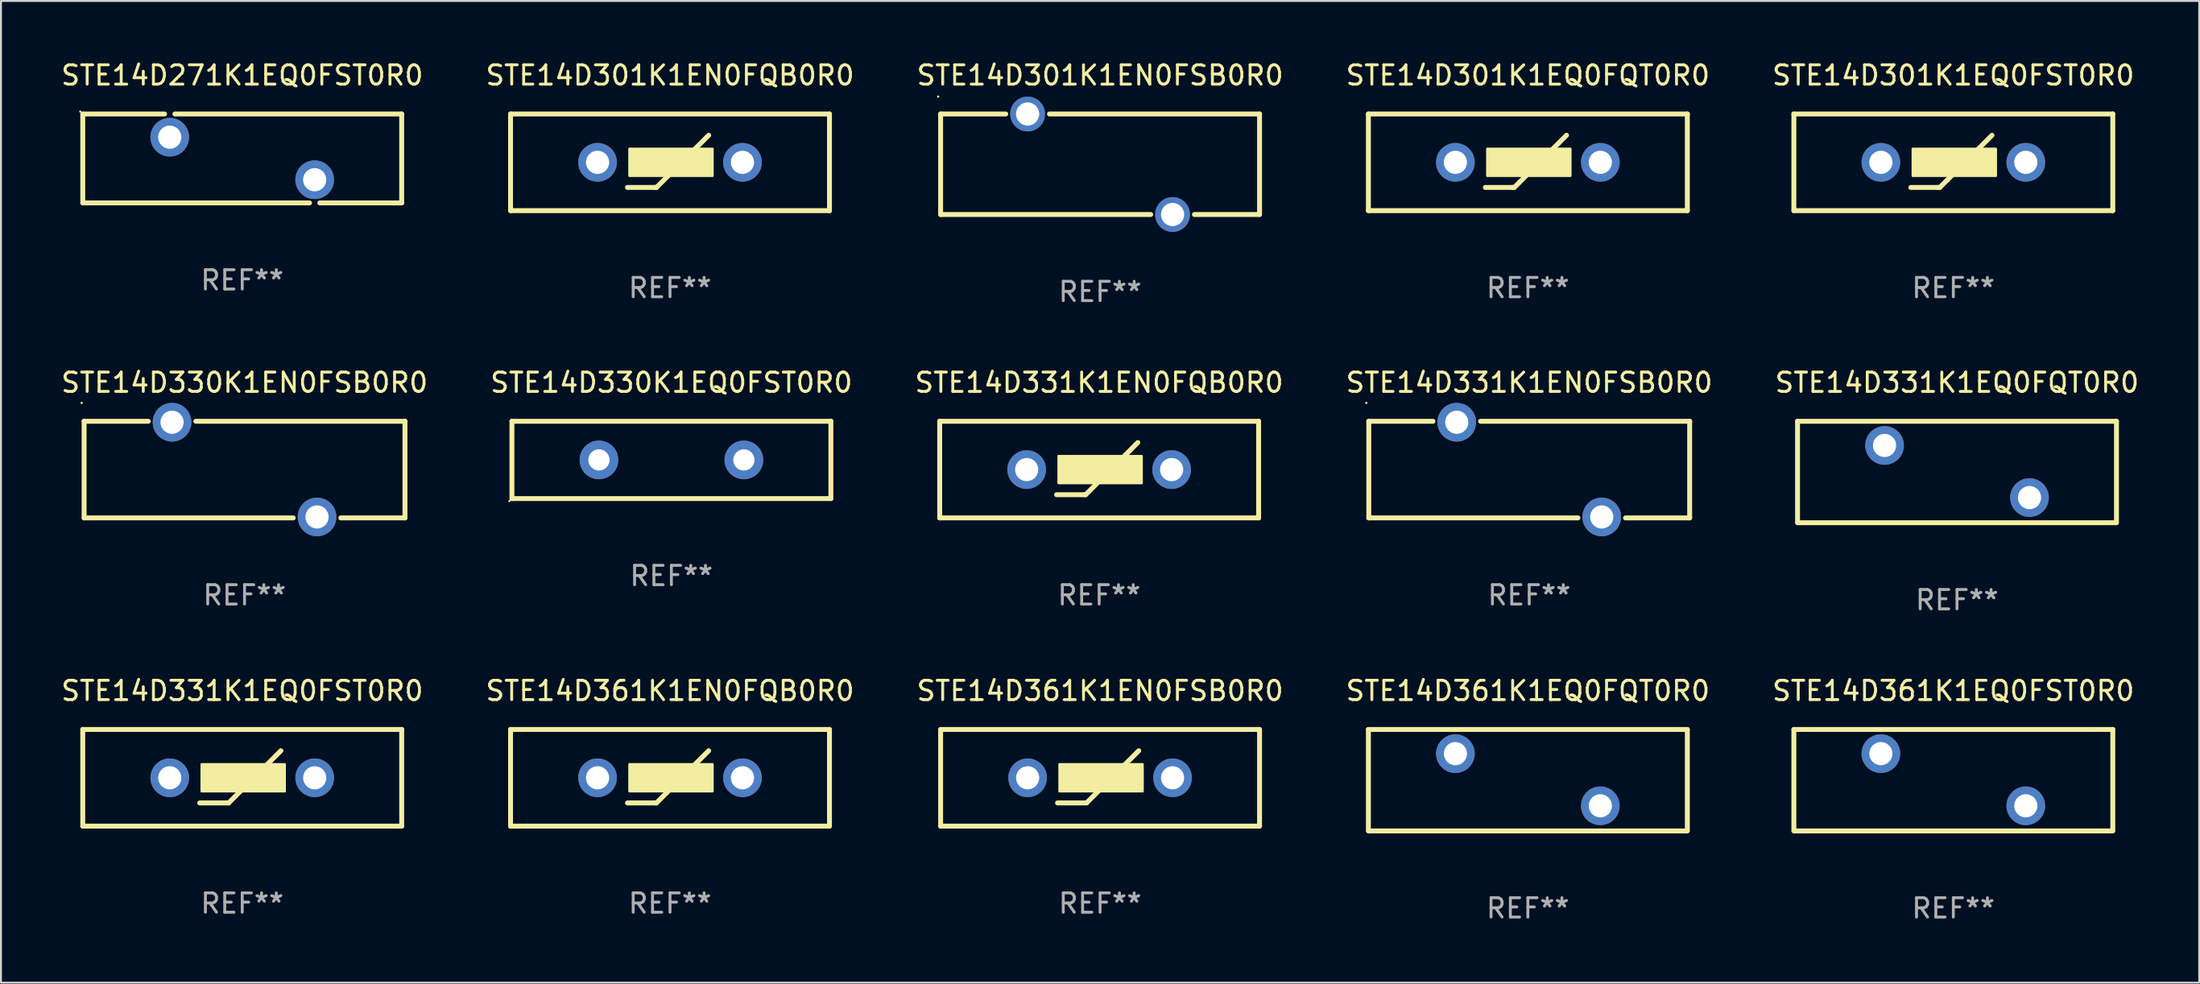
<source format=kicad_pcb>
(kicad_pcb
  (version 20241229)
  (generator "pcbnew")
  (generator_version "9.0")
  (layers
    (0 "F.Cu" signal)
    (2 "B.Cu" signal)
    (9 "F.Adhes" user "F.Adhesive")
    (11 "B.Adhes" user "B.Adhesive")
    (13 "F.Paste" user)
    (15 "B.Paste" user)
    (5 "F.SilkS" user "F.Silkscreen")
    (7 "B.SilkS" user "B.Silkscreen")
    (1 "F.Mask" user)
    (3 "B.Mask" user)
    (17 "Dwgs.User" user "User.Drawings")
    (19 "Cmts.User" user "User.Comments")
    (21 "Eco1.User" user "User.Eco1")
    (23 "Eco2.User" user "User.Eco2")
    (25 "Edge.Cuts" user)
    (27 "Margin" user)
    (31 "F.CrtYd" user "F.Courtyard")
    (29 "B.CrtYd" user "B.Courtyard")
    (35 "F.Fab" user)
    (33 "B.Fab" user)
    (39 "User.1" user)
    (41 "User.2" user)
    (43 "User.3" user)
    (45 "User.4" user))
  (footprint "STE14D331K1EN0FQB0R0"
    (layer "F.Cu")
    (at 53.815 21.245)
    (property "Reference" "STE14D331K1EN0FQB0R0" (at 0 -4.5 0) (layer "F.SilkS") (effects (font (size 1 1) (thickness 0.15))))
    (attr through_hole)
    (fp_line (start -8.25 -2.5) (end 8.25 -2.5) (stroke (width 0.254) (type solid)) (layer "F.SilkS"))
    (fp_line (start -8.25 2.5) (end -8.25 -2.5) (stroke (width 0.254) (type solid)) (layer "F.SilkS"))
    (fp_line (start -8.25 2.5) (end 8.25 2.5) (stroke (width 0.254) (type solid)) (layer "F.SilkS"))
    (fp_line (start -2.2 1.3) (end -0.8 1.3) (stroke (width 0.254) (type solid)) (layer "F.SilkS"))
    (fp_line (start -0.8 1.3) (end -0.7 1.3) (stroke (width 0.254) (type solid)) (layer "F.SilkS"))
    (fp_line (start -0.7 1.3) (end 2 -1.4) (stroke (width 0.254) (type solid)) (layer "F.SilkS"))
    (fp_line (start 8.25 -2.5) (end 8.25 2.5) (stroke (width 0.254) (type solid)) (layer "F.SilkS"))
    (fp_circle (center -8.25 2.5) (end -8.22 2.5) (stroke (width 0.06) (type solid)) (fill no) (layer "F.SilkS"))
    (fp_poly (pts (xy -2.1 -0.7) (xy 2.2 -0.7) (xy 2.2 0.7) (xy -2.1 0.7)) (stroke (width 0.12) (type solid)) (fill yes) (layer "F.SilkS"))
    (fp_text user "REF**" (at 0 6.5 0) (layer "F.Fab") (effects (font (size 1 1) (thickness 0.15))))
    (pad "1" thru_hole circle (at -3.749 0) (size 2 2) (drill 1.2) (layers "*.Cu" "*.Mask"))
    (pad "2" thru_hole circle (at 3.749 0) (size 2 2) (drill 1.2) (layers "*.Cu" "*.Mask")))
  (footprint "STE14D330K1EQ0FST0R0"
    (layer "F.Cu")
    (at 31.685 20.745)
    (property "Reference" "STE14D330K1EQ0FST0R0" (at 0 -4 0) (layer "F.SilkS") (effects (font (size 1 1) (thickness 0.15))))
    (attr through_hole)
    (fp_line (start -8.25 -2) (end 8.25 -2) (stroke (width 0.254) (type solid)) (layer "F.SilkS"))
    (fp_line (start -8.25 2) (end -8.25 -2) (stroke (width 0.254) (type solid)) (layer "F.SilkS"))
    (fp_line (start 8.25 -2) (end 8.25 2) (stroke (width 0.254) (type solid)) (layer "F.SilkS"))
    (fp_line (start 8.25 2) (end -8.25 2) (stroke (width 0.254) (type solid)) (layer "F.SilkS"))
    (fp_circle (center -8.377 2.127) (end -8.347 2.127) (stroke (width 0.06) (type solid)) (fill no) (layer "F.SilkS"))
    (fp_text user "REF**" (at 0 6 0) (layer "F.Fab") (effects (font (size 1 1) (thickness 0.15))))
    (pad "1" thru_hole circle (at -3.749 0) (size 2 2) (drill 1.1) (layers "*.Cu" "*.Mask"))
    (pad "2" thru_hole circle (at 3.749 0) (size 2 2) (drill 1.1) (layers "*.Cu" "*.Mask")))
  (footprint "STE14D361K1EN0FSB0R0"
    (layer "F.Cu")
    (at 53.863 37.191)
    (property "Reference" "STE14D361K1EN0FSB0R0" (at 0 -4.5 0) (layer "F.SilkS") (effects (font (size 1 1) (thickness 0.15))))
    (attr through_hole)
    (fp_line (start -8.25 -2.5) (end 8.25 -2.5) (stroke (width 0.254) (type solid)) (layer "F.SilkS"))
    (fp_line (start -8.25 2.5) (end -8.25 -2.5) (stroke (width 0.254) (type solid)) (layer "F.SilkS"))
    (fp_line (start -8.25 2.5) (end 8.25 2.5) (stroke (width 0.254) (type solid)) (layer "F.SilkS"))
    (fp_line (start -2.2 1.3) (end -0.8 1.3) (stroke (width 0.254) (type solid)) (layer "F.SilkS"))
    (fp_line (start -0.8 1.3) (end -0.7 1.3) (stroke (width 0.254) (type solid)) (layer "F.SilkS"))
    (fp_line (start -0.7 1.3) (end 2 -1.4) (stroke (width 0.254) (type solid)) (layer "F.SilkS"))
    (fp_line (start 8.25 -2.5) (end 8.25 2.5) (stroke (width 0.254) (type solid)) (layer "F.SilkS"))
    (fp_circle (center -8.25 2.5) (end -8.22 2.5) (stroke (width 0.06) (type solid)) (fill no) (layer "F.SilkS"))
    (fp_poly (pts (xy -2.1 -0.7) (xy 2.2 -0.7) (xy 2.2 0.7) (xy -2.1 0.7)) (stroke (width 0.12) (type solid)) (fill yes) (layer "F.SilkS"))
    (fp_text user "REF**" (at 0 6.5 0) (layer "F.Fab") (effects (font (size 1 1) (thickness 0.15))))
    (pad "1" thru_hole circle (at -3.749 0) (size 2 2) (drill 1.2) (layers "*.Cu" "*.Mask"))
    (pad "2" thru_hole circle (at 3.749 0) (size 2 2) (drill 1.2) (layers "*.Cu" "*.Mask")))
  (footprint "STE14D330K1EN0FSB0R0"
    (layer "F.Cu")
    (at 9.601 21.245)
    (property "Reference" "STE14D330K1EN0FSB0R0" (at 0 -4.5 0) (layer "F.SilkS") (effects (font (size 1 1) (thickness 0.15))))
    (attr through_hole)
    (fp_line (start -8.3 -2.5) (end -8.3 2.5) (stroke (width 0.254) (type solid)) (layer "F.SilkS"))
    (fp_line (start -8.3 -2.5) (end -4.981 -2.5) (stroke (width 0.254) (type solid)) (layer "F.SilkS"))
    (fp_line (start -8.3 2.5) (end 2.519 2.5) (stroke (width 0.254) (type solid)) (layer "F.SilkS"))
    (fp_line (start -2.519 -2.5) (end 8.3 -2.5) (stroke (width 0.254) (type solid)) (layer "F.SilkS"))
    (fp_line (start 4.981 2.5) (end 8.3 2.5) (stroke (width 0.254) (type solid)) (layer "F.SilkS"))
    (fp_line (start 8.3 -2.5) (end 8.3 2.5) (stroke (width 0.254) (type solid)) (layer "F.SilkS"))
    (fp_circle (center -8.427 -3.45) (end -8.397 -3.45) (stroke (width 0.06) (type solid)) (fill no) (layer "F.SilkS"))
    (fp_text user "REF**" (at 0 6.5 0) (layer "F.Fab") (effects (font (size 1 1) (thickness 0.15))))
    (pad "1" thru_hole circle (at -3.75 -2.45) (size 2 2) (drill 1.2) (layers "*.Cu" "*.Mask"))
    (pad "2" thru_hole circle (at 3.75 2.45) (size 2 2) (drill 1.2) (layers "*.Cu" "*.Mask")))
  (footprint "STE14D331K1EQ0FST0R0"
    (layer "F.Cu")
    (at 9.482 37.191)
    (property "Reference" "STE14D331K1EQ0FST0R0" (at 0 -4.5 0) (layer "F.SilkS") (effects (font (size 1 1) (thickness 0.15))))
    (attr through_hole)
    (fp_line (start -8.25 -2.5) (end 8.25 -2.5) (stroke (width 0.254) (type solid)) (layer "F.SilkS"))
    (fp_line (start -8.25 2.5) (end -8.25 -2.5) (stroke (width 0.254) (type solid)) (layer "F.SilkS"))
    (fp_line (start -8.25 2.5) (end 8.25 2.5) (stroke (width 0.254) (type solid)) (layer "F.SilkS"))
    (fp_line (start -2.2 1.3) (end -0.8 1.3) (stroke (width 0.254) (type solid)) (layer "F.SilkS"))
    (fp_line (start -0.8 1.3) (end -0.7 1.3) (stroke (width 0.254) (type solid)) (layer "F.SilkS"))
    (fp_line (start -0.7 1.3) (end 2 -1.4) (stroke (width 0.254) (type solid)) (layer "F.SilkS"))
    (fp_line (start 8.25 -2.5) (end 8.25 2.5) (stroke (width 0.254) (type solid)) (layer "F.SilkS"))
    (fp_circle (center -8.25 2.5) (end -8.22 2.5) (stroke (width 0.06) (type solid)) (fill no) (layer "F.SilkS"))
    (fp_poly (pts (xy -2.1 -0.7) (xy 2.2 -0.7) (xy 2.2 0.7) (xy -2.1 0.7)) (stroke (width 0.12) (type solid)) (fill yes) (layer "F.SilkS"))
    (fp_text user "REF**" (at 0 6.5 0) (layer "F.Fab") (effects (font (size 1 1) (thickness 0.15))))
    (pad "1" thru_hole circle (at -3.749 0) (size 2 2) (drill 1.2) (layers "*.Cu" "*.Mask"))
    (pad "2" thru_hole circle (at 3.749 0) (size 2 2) (drill 1.2) (layers "*.Cu" "*.Mask")))
  (footprint "STE14D361K1EN0FQB0R0"
    (layer "F.Cu")
    (at 31.613 37.191)
    (property "Reference" "STE14D361K1EN0FQB0R0" (at 0 -4.5 0) (layer "F.SilkS") (effects (font (size 1 1) (thickness 0.15))))
    (attr through_hole)
    (fp_line (start -8.25 -2.5) (end 8.25 -2.5) (stroke (width 0.254) (type solid)) (layer "F.SilkS"))
    (fp_line (start -8.25 2.5) (end -8.25 -2.5) (stroke (width 0.254) (type solid)) (layer "F.SilkS"))
    (fp_line (start -8.25 2.5) (end 8.25 2.5) (stroke (width 0.254) (type solid)) (layer "F.SilkS"))
    (fp_line (start -2.2 1.3) (end -0.8 1.3) (stroke (width 0.254) (type solid)) (layer "F.SilkS"))
    (fp_line (start -0.8 1.3) (end -0.7 1.3) (stroke (width 0.254) (type solid)) (layer "F.SilkS"))
    (fp_line (start -0.7 1.3) (end 2 -1.4) (stroke (width 0.254) (type solid)) (layer "F.SilkS"))
    (fp_line (start 8.25 -2.5) (end 8.25 2.5) (stroke (width 0.254) (type solid)) (layer "F.SilkS"))
    (fp_circle (center -8.25 2.5) (end -8.22 2.5) (stroke (width 0.06) (type solid)) (fill no) (layer "F.SilkS"))
    (fp_poly (pts (xy -2.1 -0.7) (xy 2.2 -0.7) (xy 2.2 0.7) (xy -2.1 0.7)) (stroke (width 0.12) (type solid)) (fill yes) (layer "F.SilkS"))
    (fp_text user "REF**" (at 0 6.5 0) (layer "F.Fab") (effects (font (size 1 1) (thickness 0.15))))
    (pad "1" thru_hole circle (at -3.749 0) (size 2 2) (drill 1.2) (layers "*.Cu" "*.Mask"))
    (pad "2" thru_hole circle (at 3.749 0) (size 2 2) (drill 1.2) (layers "*.Cu" "*.Mask")))
  (footprint "STE14D301K1EN0FQB0R0"
    (layer "F.Cu")
    (at 31.613 5.348)
    (property "Reference" "STE14D301K1EN0FQB0R0" (at 0 -4.5 0) (layer "F.SilkS") (effects (font (size 1 1) (thickness 0.15))))
    (attr through_hole)
    (fp_line (start -8.25 -2.5) (end 8.25 -2.5) (stroke (width 0.254) (type solid)) (layer "F.SilkS"))
    (fp_line (start -8.25 2.5) (end -8.25 -2.5) (stroke (width 0.254) (type solid)) (layer "F.SilkS"))
    (fp_line (start -8.25 2.5) (end 8.25 2.5) (stroke (width 0.254) (type solid)) (layer "F.SilkS"))
    (fp_line (start -2.2 1.3) (end -0.8 1.3) (stroke (width 0.254) (type solid)) (layer "F.SilkS"))
    (fp_line (start -0.8 1.3) (end -0.7 1.3) (stroke (width 0.254) (type solid)) (layer "F.SilkS"))
    (fp_line (start -0.7 1.3) (end 2 -1.4) (stroke (width 0.254) (type solid)) (layer "F.SilkS"))
    (fp_line (start 8.25 -2.5) (end 8.25 2.5) (stroke (width 0.254) (type solid)) (layer "F.SilkS"))
    (fp_circle (center -8.25 2.5) (end -8.22 2.5) (stroke (width 0.06) (type solid)) (fill no) (layer "F.SilkS"))
    (fp_poly (pts (xy -2.1 -0.7) (xy 2.2 -0.7) (xy 2.2 0.7) (xy -2.1 0.7)) (stroke (width 0.12) (type solid)) (fill yes) (layer "F.SilkS"))
    (fp_text user "REF**" (at 0 6.5 0) (layer "F.Fab") (effects (font (size 1 1) (thickness 0.15))))
    (pad "1" thru_hole circle (at -3.749 0) (size 2 2) (drill 1.2) (layers "*.Cu" "*.Mask"))
    (pad "2" thru_hole circle (at 3.749 0) (size 2 2) (drill 1.2) (layers "*.Cu" "*.Mask")))
  (footprint "STE14D301K1EQ0FST0R0"
    (layer "F.Cu")
    (at 98.006 5.348)
    (property "Reference" "STE14D301K1EQ0FST0R0" (at 0 -4.5 0) (layer "F.SilkS") (effects (font (size 1 1) (thickness 0.15))))
    (attr through_hole)
    (fp_line (start -8.25 -2.5) (end 8.25 -2.5) (stroke (width 0.254) (type solid)) (layer "F.SilkS"))
    (fp_line (start -8.25 2.5) (end -8.25 -2.5) (stroke (width 0.254) (type solid)) (layer "F.SilkS"))
    (fp_line (start -8.25 2.5) (end 8.25 2.5) (stroke (width 0.254) (type solid)) (layer "F.SilkS"))
    (fp_line (start -2.2 1.3) (end -0.8 1.3) (stroke (width 0.254) (type solid)) (layer "F.SilkS"))
    (fp_line (start -0.8 1.3) (end -0.7 1.3) (stroke (width 0.254) (type solid)) (layer "F.SilkS"))
    (fp_line (start -0.7 1.3) (end 2 -1.4) (stroke (width 0.254) (type solid)) (layer "F.SilkS"))
    (fp_line (start 8.25 -2.5) (end 8.25 2.5) (stroke (width 0.254) (type solid)) (layer "F.SilkS"))
    (fp_circle (center -8.25 2.5) (end -8.22 2.5) (stroke (width 0.06) (type solid)) (fill no) (layer "F.SilkS"))
    (fp_poly (pts (xy -2.1 -0.7) (xy 2.2 -0.7) (xy 2.2 0.7) (xy -2.1 0.7)) (stroke (width 0.12) (type solid)) (fill yes) (layer "F.SilkS"))
    (fp_text user "REF**" (at 0 6.5 0) (layer "F.Fab") (effects (font (size 1 1) (thickness 0.15))))
    (pad "1" thru_hole circle (at -3.749 0) (size 2 2) (drill 1.2) (layers "*.Cu" "*.Mask"))
    (pad "2" thru_hole circle (at 3.749 0) (size 2 2) (drill 1.2) (layers "*.Cu" "*.Mask")))
  (footprint "STE14D301K1EQ0FQT0R0"
    (layer "F.Cu")
    (at 75.994 5.348)
    (property "Reference" "STE14D301K1EQ0FQT0R0" (at 0 -4.5 0) (layer "F.SilkS") (effects (font (size 1 1) (thickness 0.15))))
    (attr through_hole)
    (fp_line (start -8.25 -2.5) (end 8.25 -2.5) (stroke (width 0.254) (type solid)) (layer "F.SilkS"))
    (fp_line (start -8.25 2.5) (end -8.25 -2.5) (stroke (width 0.254) (type solid)) (layer "F.SilkS"))
    (fp_line (start -8.25 2.5) (end 8.25 2.5) (stroke (width 0.254) (type solid)) (layer "F.SilkS"))
    (fp_line (start -2.2 1.3) (end -0.8 1.3) (stroke (width 0.254) (type solid)) (layer "F.SilkS"))
    (fp_line (start -0.8 1.3) (end -0.7 1.3) (stroke (width 0.254) (type solid)) (layer "F.SilkS"))
    (fp_line (start -0.7 1.3) (end 2 -1.4) (stroke (width 0.254) (type solid)) (layer "F.SilkS"))
    (fp_line (start 8.25 -2.5) (end 8.25 2.5) (stroke (width 0.254) (type solid)) (layer "F.SilkS"))
    (fp_circle (center -8.25 2.5) (end -8.22 2.5) (stroke (width 0.06) (type solid)) (fill no) (layer "F.SilkS"))
    (fp_poly (pts (xy -2.1 -0.7) (xy 2.2 -0.7) (xy 2.2 0.7) (xy -2.1 0.7)) (stroke (width 0.12) (type solid)) (fill yes) (layer "F.SilkS"))
    (fp_text user "REF**" (at 0 6.5 0) (layer "F.Fab") (effects (font (size 1 1) (thickness 0.15))))
    (pad "1" thru_hole circle (at -3.749 0) (size 2 2) (drill 1.2) (layers "*.Cu" "*.Mask"))
    (pad "2" thru_hole circle (at 3.749 0) (size 2 2) (drill 1.2) (layers "*.Cu" "*.Mask")))
  (footprint "STE14D271K1EQ0FST0R0"
    (layer "F.Cu")
    (at 9.482 5.148)
    (property "Reference" "STE14D271K1EQ0FST0R0" (at 0 -4.3 0) (layer "F.SilkS") (effects (font (size 1 1) (thickness 0.15))))
    (attr through_hole)
    (fp_line (start -8.249 -2.3) (end -4.017 -2.3) (stroke (width 0.254) (type solid)) (layer "F.SilkS"))
    (fp_line (start -8.249 2.3) (end -8.249 -2.3) (stroke (width 0.254) (type solid)) (layer "F.SilkS"))
    (fp_line (start -8.249 2.3) (end 3.481 2.3) (stroke (width 0.254) (type solid)) (layer "F.SilkS"))
    (fp_line (start -3.484 -2.3) (end 8.249 -2.3) (stroke (width 0.254) (type solid)) (layer "F.SilkS"))
    (fp_line (start 4.014 2.3) (end 8.249 2.3) (stroke (width 0.254) (type solid)) (layer "F.SilkS"))
    (fp_line (start 8.249 -2.3) (end 8.249 2.3) (stroke (width 0.254) (type solid)) (layer "F.SilkS"))
    (fp_circle (center -8.376 -2.427) (end -8.346 -2.427) (stroke (width 0.06) (type solid)) (fill no) (layer "F.SilkS"))
    (fp_text user "REF**" (at 0 6.3 0) (layer "F.Fab") (effects (font (size 1 1) (thickness 0.15))))
    (pad "1" thru_hole circle (at -3.75 -1.1) (size 2 2) (drill 1.2) (layers "*.Cu" "*.Mask"))
    (pad "2" thru_hole circle (at 3.748 1.1) (size 2 2) (drill 1.2) (layers "*.Cu" "*.Mask")))
  (footprint "STE14D361K1EQ0FST0R0"
    (layer "F.Cu")
    (at 98.006 37.316)
    (property "Reference" "STE14D361K1EQ0FST0R0" (at 0 -4.625 0) (layer "F.SilkS") (effects (font (size 1 1) (thickness 0.15))))
    (attr through_hole)
    (fp_line (start -8.25 -2.625) (end 8.25 -2.625) (stroke (width 0.254) (type solid)) (layer "F.SilkS"))
    (fp_line (start -8.25 2.577) (end -8.25 -2.625) (stroke (width 0.254) (type solid)) (layer "F.SilkS"))
    (fp_line (start 8.25 -2.625) (end 8.25 2.575) (stroke (width 0.254) (type solid)) (layer "F.SilkS"))
    (fp_line (start 8.25 2.625) (end -8.25 2.625) (stroke (width 0.254) (type solid)) (layer "F.SilkS"))
    (fp_circle (center -8.25 -2.625) (end -8.22 -2.625) (stroke (width 0.06) (type solid)) (fill no) (layer "F.SilkS"))
    (fp_text user "REF**" (at 0 6.625 0) (layer "F.Fab") (effects (font (size 1 1) (thickness 0.15))))
    (pad "1" thru_hole circle (at -3.749 -1.374) (size 2 2) (drill 1.2) (layers "*.Cu" "*.Mask"))
    (pad "2" thru_hole circle (at 3.749 1.324) (size 2 2) (drill 1.2) (layers "*.Cu" "*.Mask")))
  (footprint "STE14D301K1EN0FSB0R0"
    (layer "F.Cu")
    (at 53.863 5.448)
    (property "Reference" "STE14D301K1EN0FSB0R0" (at 0 -4.6 0) (layer "F.SilkS") (effects (font (size 1 1) (thickness 0.15))))
    (attr through_hole)
    (fp_line (start -8.25 -2.6) (end -4.881 -2.6) (stroke (width 0.254) (type solid)) (layer "F.SilkS"))
    (fp_line (start -8.25 2.6) (end -8.25 -2.6) (stroke (width 0.254) (type solid)) (layer "F.SilkS"))
    (fp_line (start -8.25 2.6) (end 2.619 2.6) (stroke (width 0.254) (type solid)) (layer "F.SilkS"))
    (fp_line (start -2.619 -2.6) (end 8.25 -2.6) (stroke (width 0.254) (type solid)) (layer "F.SilkS"))
    (fp_line (start 4.881 2.6) (end 8.25 2.6) (stroke (width 0.254) (type solid)) (layer "F.SilkS"))
    (fp_line (start 8.25 -2.6) (end 8.25 2.6) (stroke (width 0.254) (type solid)) (layer "F.SilkS"))
    (fp_circle (center -8.377 -3.5) (end -8.347 -3.5) (stroke (width 0.06) (type solid)) (fill no) (layer "F.SilkS"))
    (fp_text user "REF**" (at 0 6.6 0) (layer "F.Fab") (effects (font (size 1 1) (thickness 0.15))))
    (pad "1" thru_hole circle (at -3.75 -2.6) (size 1.8 1.8) (drill 1.2) (layers "*.Cu" "*.Mask"))
    (pad "2" thru_hole circle (at 3.75 2.6) (size 1.8 1.8) (drill 1.2) (layers "*.Cu" "*.Mask")))
  (footprint "STE14D331K1EQ0FQT0R0"
    (layer "F.Cu")
    (at 98.196 21.37)
    (property "Reference" "STE14D331K1EQ0FQT0R0" (at 0 -4.625 0) (layer "F.SilkS") (effects (font (size 1 1) (thickness 0.15))))
    (attr through_hole)
    (fp_line (start -8.25 -2.625) (end 8.25 -2.625) (stroke (width 0.254) (type solid)) (layer "F.SilkS"))
    (fp_line (start -8.25 2.577) (end -8.25 -2.625) (stroke (width 0.254) (type solid)) (layer "F.SilkS"))
    (fp_line (start 8.25 -2.625) (end 8.25 2.575) (stroke (width 0.254) (type solid)) (layer "F.SilkS"))
    (fp_line (start 8.25 2.625) (end -8.25 2.625) (stroke (width 0.254) (type solid)) (layer "F.SilkS"))
    (fp_circle (center -8.25 -2.625) (end -8.22 -2.625) (stroke (width 0.06) (type solid)) (fill no) (layer "F.SilkS"))
    (fp_text user "REF**" (at 0 6.625 0) (layer "F.Fab") (effects (font (size 1 1) (thickness 0.15))))
    (pad "1" thru_hole circle (at -3.749 -1.374) (size 2 2) (drill 1.2) (layers "*.Cu" "*.Mask"))
    (pad "2" thru_hole circle (at 3.749 1.324) (size 2 2) (drill 1.2) (layers "*.Cu" "*.Mask")))
  (footprint "STE14D331K1EN0FSB0R0"
    (layer "F.Cu")
    (at 76.065 21.245)
    (property "Reference" "STE14D331K1EN0FSB0R0" (at 0 -4.5 0) (layer "F.SilkS") (effects (font (size 1 1) (thickness 0.15))))
    (attr through_hole)
    (fp_line (start -8.3 -2.5) (end -8.3 2.5) (stroke (width 0.254) (type solid)) (layer "F.SilkS"))
    (fp_line (start -8.3 -2.5) (end -4.981 -2.5) (stroke (width 0.254) (type solid)) (layer "F.SilkS"))
    (fp_line (start -8.3 2.5) (end 2.519 2.5) (stroke (width 0.254) (type solid)) (layer "F.SilkS"))
    (fp_line (start -2.519 -2.5) (end 8.3 -2.5) (stroke (width 0.254) (type solid)) (layer "F.SilkS"))
    (fp_line (start 4.981 2.5) (end 8.3 2.5) (stroke (width 0.254) (type solid)) (layer "F.SilkS"))
    (fp_line (start 8.3 -2.5) (end 8.3 2.5) (stroke (width 0.254) (type solid)) (layer "F.SilkS"))
    (fp_circle (center -8.427 -3.45) (end -8.397 -3.45) (stroke (width 0.06) (type solid)) (fill no) (layer "F.SilkS"))
    (fp_text user "REF**" (at 0 6.5 0) (layer "F.Fab") (effects (font (size 1 1) (thickness 0.15))))
    (pad "1" thru_hole circle (at -3.75 -2.45) (size 2 2) (drill 1.2) (layers "*.Cu" "*.Mask"))
    (pad "2" thru_hole circle (at 3.75 2.45) (size 2 2) (drill 1.2) (layers "*.Cu" "*.Mask")))
  (footprint "STE14D361K1EQ0FQT0R0"
    (layer "F.Cu")
    (at 75.994 37.316)
    (property "Reference" "STE14D361K1EQ0FQT0R0" (at 0 -4.625 0) (layer "F.SilkS") (effects (font (size 1 1) (thickness 0.15))))
    (attr through_hole)
    (fp_line (start -8.25 -2.625) (end 8.25 -2.625) (stroke (width 0.254) (type solid)) (layer "F.SilkS"))
    (fp_line (start -8.25 2.577) (end -8.25 -2.625) (stroke (width 0.254) (type solid)) (layer "F.SilkS"))
    (fp_line (start 8.25 -2.625) (end 8.25 2.575) (stroke (width 0.254) (type solid)) (layer "F.SilkS"))
    (fp_line (start 8.25 2.625) (end -8.25 2.625) (stroke (width 0.254) (type solid)) (layer "F.SilkS"))
    (fp_circle (center -8.25 -2.625) (end -8.22 -2.625) (stroke (width 0.06) (type solid)) (fill no) (layer "F.SilkS"))
    (fp_text user "REF**" (at 0 6.625 0) (layer "F.Fab") (effects (font (size 1 1) (thickness 0.15))))
    (pad "1" thru_hole circle (at -3.749 -1.374) (size 2 2) (drill 1.2) (layers "*.Cu" "*.Mask"))
    (pad "2" thru_hole circle (at 3.749 1.324) (size 2 2) (drill 1.2) (layers "*.Cu" "*.Mask")))
  (gr_rect
    (start -3 -3)
    (end 110.726 47.789)
    (stroke (width 0.1) (type default))
    (fill no)
    (layer "Edge.Cuts")))
</source>
